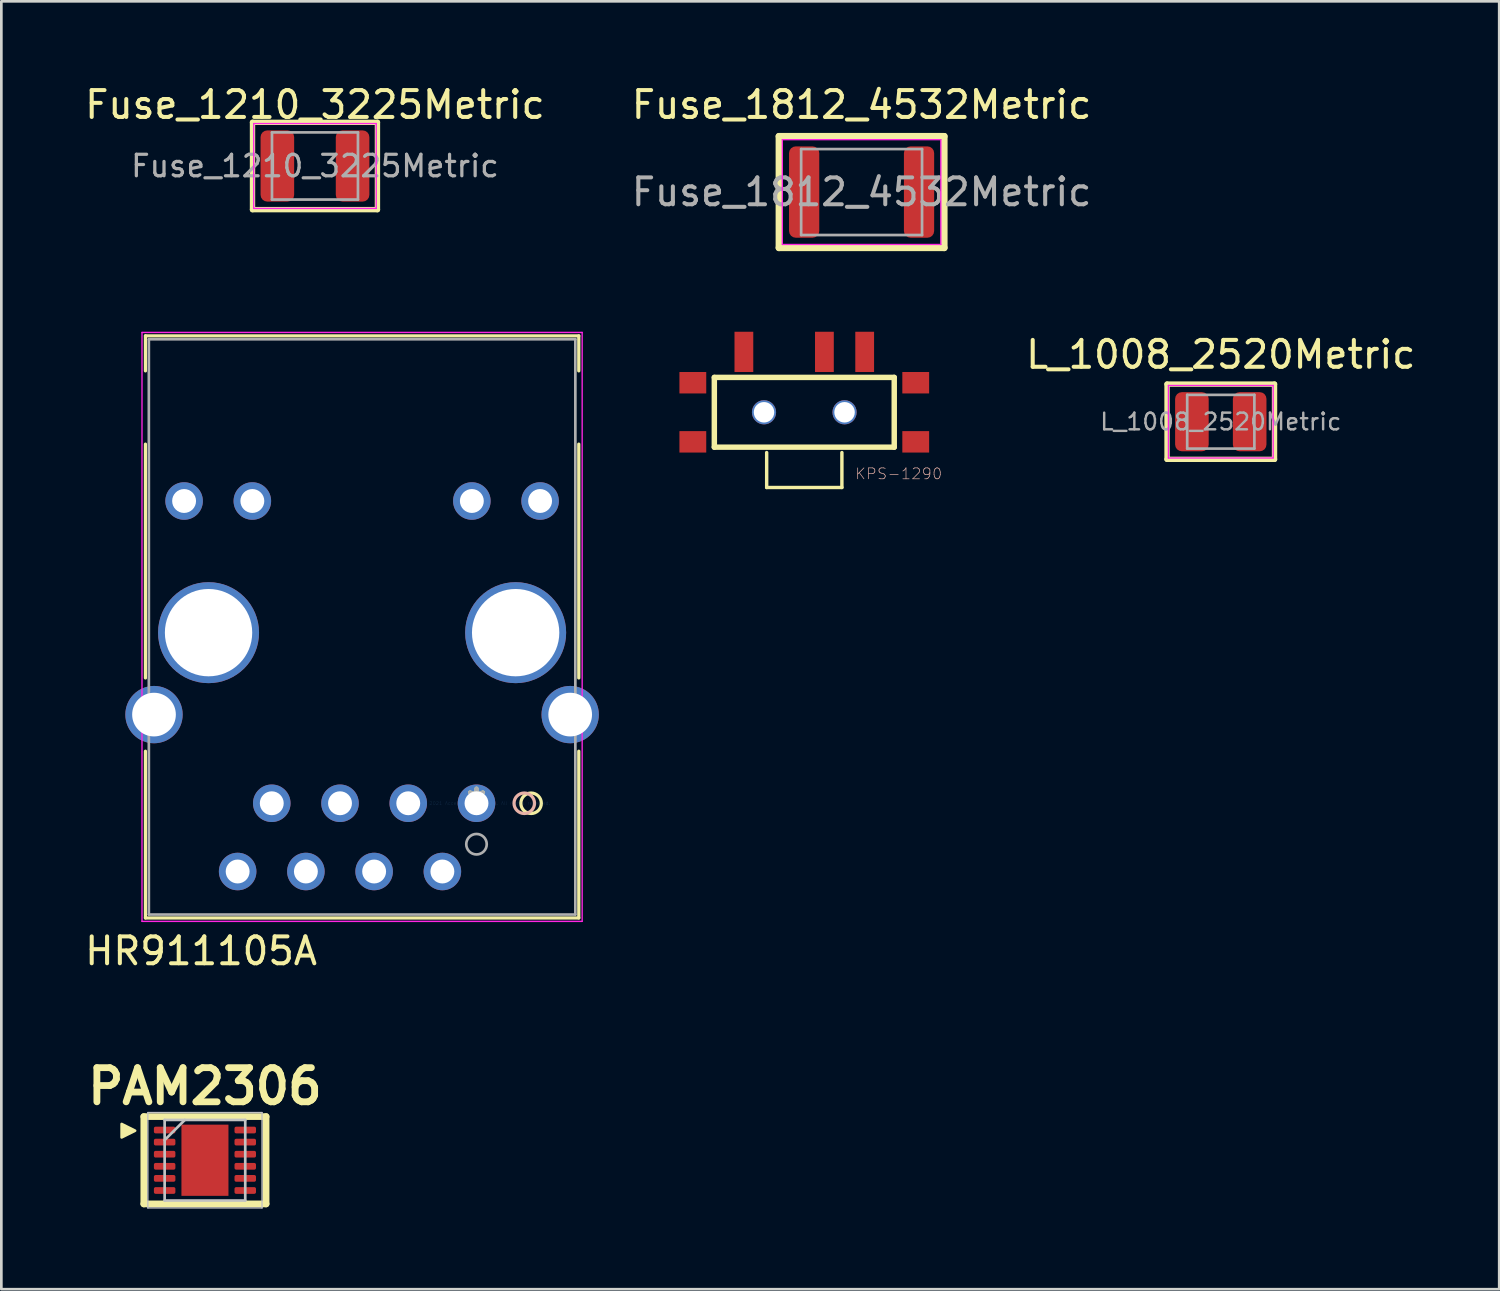
<source format=kicad_pcb>
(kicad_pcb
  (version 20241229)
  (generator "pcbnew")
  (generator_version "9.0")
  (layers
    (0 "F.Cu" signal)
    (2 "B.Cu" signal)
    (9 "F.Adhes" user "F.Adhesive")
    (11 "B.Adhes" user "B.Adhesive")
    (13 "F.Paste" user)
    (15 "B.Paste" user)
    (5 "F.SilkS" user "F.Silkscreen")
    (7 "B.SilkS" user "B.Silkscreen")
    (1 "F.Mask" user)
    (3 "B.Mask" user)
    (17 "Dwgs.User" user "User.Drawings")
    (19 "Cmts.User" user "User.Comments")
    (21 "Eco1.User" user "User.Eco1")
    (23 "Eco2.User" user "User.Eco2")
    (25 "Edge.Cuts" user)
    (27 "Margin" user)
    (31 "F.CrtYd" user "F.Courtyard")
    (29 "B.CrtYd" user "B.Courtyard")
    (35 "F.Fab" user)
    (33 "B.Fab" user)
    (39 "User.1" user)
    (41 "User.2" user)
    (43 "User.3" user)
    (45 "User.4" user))
  (footprint "Fuse_1210_3225Metric"
    (layer "F.Cu")
    (at 8.673 3.128)
    (property "Reference" "Fuse_1210_3225Metric" (at 0 -2.28 0) (layer "F.SilkS") (effects (font (size 1 1) (thickness 0.15))))
    (attr smd)
    (fp_line (start -2.325 -1.625) (end 2.325 -1.625) (stroke (width 0.2) (type solid)) (layer "F.SilkS"))
    (fp_line (start -2.325 1.625) (end -2.325 -1.625) (stroke (width 0.2) (type solid)) (layer "F.SilkS"))
    (fp_line (start 2.325 -1.625) (end 2.325 1.625) (stroke (width 0.2) (type solid)) (layer "F.SilkS"))
    (fp_line (start 2.325 1.625) (end -2.325 1.625) (stroke (width 0.2) (type solid)) (layer "F.SilkS"))
    (fp_line (start -2.28 -1.58) (end 2.28 -1.58) (stroke (width 0.05) (type solid)) (layer "F.CrtYd"))
    (fp_line (start -2.28 1.58) (end -2.28 -1.58) (stroke (width 0.05) (type solid)) (layer "F.CrtYd"))
    (fp_line (start 2.28 -1.58) (end 2.28 1.58) (stroke (width 0.05) (type solid)) (layer "F.CrtYd"))
    (fp_line (start 2.28 1.58) (end -2.28 1.58) (stroke (width 0.05) (type solid)) (layer "F.CrtYd"))
    (fp_line (start -1.6 -1.25) (end 1.6 -1.25) (stroke (width 0.1) (type solid)) (layer "F.Fab"))
    (fp_line (start -1.6 1.25) (end -1.6 -1.25) (stroke (width 0.1) (type solid)) (layer "F.Fab"))
    (fp_line (start 1.6 -1.25) (end 1.6 1.25) (stroke (width 0.1) (type solid)) (layer "F.Fab"))
    (fp_line (start 1.6 1.25) (end -1.6 1.25) (stroke (width 0.1) (type solid)) (layer "F.Fab"))
    (fp_text user "${REFERENCE}" (at 0 0 0) (layer "F.Fab") (effects (font (size 0.8 0.8) (thickness 0.12))))
    (pad "1" smd roundrect (at -1.4 0) (size 1.25 2.65) (layers "F.Cu" "F.Mask" "F.Paste") (roundrect_rratio 0.2))
    (pad "2" smd roundrect (at 1.4 0) (size 1.25 2.65) (layers "F.Cu" "F.Mask" "F.Paste") (roundrect_rratio 0.2)))
  (footprint "Fuse_1812_4532Metric"
    (layer "F.Cu")
    (at 29.018 4.098)
    (property "Reference" "Fuse_1812_4532Metric" (at 0 -3.25 0) (layer "F.SilkS") (effects (font (size 1 1) (thickness 0.15))))
    (attr smd)
    (fp_line (start -3.075 -2.075) (end 3.075 -2.075) (stroke (width 0.25) (type solid)) (layer "F.SilkS"))
    (fp_line (start -3.075 2.075) (end -3.075 -2.075) (stroke (width 0.25) (type solid)) (layer "F.SilkS"))
    (fp_line (start -3.075 2.075) (end 3.075 2.075) (stroke (width 0.25) (type solid)) (layer "F.SilkS"))
    (fp_line (start 3.075 2.075) (end 3.075 -2.075) (stroke (width 0.25) (type solid)) (layer "F.SilkS"))
    (fp_line (start -2.95 -1.95) (end 2.95 -1.95) (stroke (width 0.05) (type solid)) (layer "F.CrtYd"))
    (fp_line (start -2.95 1.95) (end -2.95 -1.95) (stroke (width 0.05) (type solid)) (layer "F.CrtYd"))
    (fp_line (start 2.95 -1.95) (end 2.95 1.95) (stroke (width 0.05) (type solid)) (layer "F.CrtYd"))
    (fp_line (start 2.95 1.95) (end -2.95 1.95) (stroke (width 0.05) (type solid)) (layer "F.CrtYd"))
    (fp_line (start -2.25 -1.6) (end 2.25 -1.6) (stroke (width 0.1) (type solid)) (layer "F.Fab"))
    (fp_line (start -2.25 1.6) (end -2.25 -1.6) (stroke (width 0.1) (type solid)) (layer "F.Fab"))
    (fp_line (start 2.25 -1.6) (end 2.25 1.6) (stroke (width 0.1) (type solid)) (layer "F.Fab"))
    (fp_line (start 2.25 1.6) (end -2.25 1.6) (stroke (width 0.1) (type solid)) (layer "F.Fab"))
    (fp_text user "${REFERENCE}" (at 0 0 0) (layer "F.Fab") (effects (font (size 1 1) (thickness 0.15))))
    (pad "1" smd roundrect (at -2.138 0) (size 1.125 3.4) (layers "F.Cu" "F.Mask" "F.Paste") (roundrect_rratio 0.222))
    (pad "2" smd roundrect (at 2.138 0) (size 1.125 3.4) (layers "F.Cu" "F.Mask" "F.Paste") (roundrect_rratio 0.222)))
  (footprint "PAM2306"
    (layer "F.Cu")
    (at 4.578 40.134)
    (property "Reference" "PAM2306" (at 0 -2.75 0) (layer "F.SilkS") (effects (font (size 1.27 1.27) (thickness 0.254))))
    (attr smd)
    (fp_line (start -2.275 -1.625) (end 2.275 -1.625) (stroke (width 0.25) (type solid)) (layer "F.SilkS"))
    (fp_line (start -2.275 1.625) (end -2.275 -1.625) (stroke (width 0.25) (type solid)) (layer "F.SilkS"))
    (fp_line (start 2.275 1.625) (end -2.275 1.625) (stroke (width 0.25) (type solid)) (layer "F.SilkS"))
    (fp_line (start 2.275 1.625) (end 2.275 -1.625) (stroke (width 0.25) (type solid)) (layer "F.SilkS"))
    (fp_poly (pts (xy -2.6 -1.1) (xy -3.1 -0.85) (xy -3.1 -1.35)) (stroke (width 0.1) (type solid)) (fill yes) (layer "F.SilkS"))
    (fp_line (start -2.125 -1.775) (end 2.125 -1.775) (stroke (width 0.05) (type solid)) (layer "Dwgs.User"))
    (fp_line (start -2.125 1.775) (end -2.125 -1.775) (stroke (width 0.05) (type solid)) (layer "Dwgs.User"))
    (fp_line (start -1.5 -1.5) (end 1.5 -1.5) (stroke (width 0.1) (type solid)) (layer "Dwgs.User"))
    (fp_line (start -1.5 -0.75) (end -0.75 -1.5) (stroke (width 0.1) (type solid)) (layer "Dwgs.User"))
    (fp_line (start -1.5 1.5) (end -1.5 -1.5) (stroke (width 0.1) (type solid)) (layer "Dwgs.User"))
    (fp_line (start 1.5 -1.5) (end 1.5 1.5) (stroke (width 0.1) (type solid)) (layer "Dwgs.User"))
    (fp_line (start 1.5 1.5) (end -1.5 1.5) (stroke (width 0.1) (type solid)) (layer "Dwgs.User"))
    (fp_line (start 2.125 -1.775) (end 2.125 1.775) (stroke (width 0.05) (type solid)) (layer "Dwgs.User"))
    (fp_line (start 2.125 1.775) (end -2.125 1.775) (stroke (width 0.05) (type solid)) (layer "Dwgs.User"))
    (pad "1" smd roundrect (at -1.5 -1.125 90) (size 0.25 0.8) (layers "F.Cu" "F.Mask" "F.Paste") (roundrect_rratio 0.25))
    (pad "2" smd roundrect (at -1.5 -0.675 90) (size 0.25 0.8) (layers "F.Cu" "F.Mask" "F.Paste") (roundrect_rratio 0.25))
    (pad "3" smd roundrect (at -1.5 -0.225 90) (size 0.25 0.8) (layers "F.Cu" "F.Mask" "F.Paste") (roundrect_rratio 0.25))
    (pad "4" smd roundrect (at -1.5 0.225 90) (size 0.25 0.8) (layers "F.Cu" "F.Mask" "F.Paste") (roundrect_rratio 0.25))
    (pad "5" smd roundrect (at -1.5 0.675 90) (size 0.25 0.8) (layers "F.Cu" "F.Mask" "F.Paste") (roundrect_rratio 0.25))
    (pad "6" smd roundrect (at -1.5 1.125 90) (size 0.25 0.8) (layers "F.Cu" "F.Mask" "F.Paste") (roundrect_rratio 0.25))
    (pad "7" smd roundrect (at 1.5 1.125 90) (size 0.25 0.8) (layers "F.Cu" "F.Mask" "F.Paste") (roundrect_rratio 0.25))
    (pad "8" smd roundrect (at 1.5 0.675 90) (size 0.25 0.8) (layers "F.Cu" "F.Mask" "F.Paste") (roundrect_rratio 0.25))
    (pad "9" smd roundrect (at 1.5 0.225 90) (size 0.25 0.8) (layers "F.Cu" "F.Mask" "F.Paste") (roundrect_rratio 0.25))
    (pad "10" smd roundrect (at 1.5 -0.225 90) (size 0.25 0.8) (layers "F.Cu" "F.Mask" "F.Paste") (roundrect_rratio 0.25))
    (pad "11" smd roundrect (at 1.5 -0.675 90) (size 0.25 0.8) (layers "F.Cu" "F.Mask" "F.Paste") (roundrect_rratio 0.25))
    (pad "12" smd roundrect (at 1.5 -1.125 90) (size 0.25 0.8) (layers "F.Cu" "F.Mask" "F.Paste") (roundrect_rratio 0.25))
    (pad "13" smd rect (at 0 0) (size 1.75 2.65) (layers "F.Cu" "F.Mask" "F.Paste")))
  (footprint "HR911105A"
    (layer "F.Cu")
    (at 14.685 26.847)
    (property "Reference" "HR911105A" (at -10.25 5.5 0) (layer "F.SilkS") (effects (font (size 1 1) (thickness 0.15))))
    (attr through_hole)
    (fp_line (start -12.322 -17.397) (end -12.322 -16.093) (stroke (width 0.12) (type solid)) (layer "F.SilkS"))
    (fp_line (start -12.322 -13.367) (end -12.322 -4.663) (stroke (width 0.12) (type solid)) (layer "F.SilkS"))
    (fp_line (start -12.322 -1.937) (end -12.322 4.269) (stroke (width 0.12) (type solid)) (layer "F.SilkS"))
    (fp_line (start -12.322 4.269) (end 3.807 4.269) (stroke (width 0.12) (type solid)) (layer "F.SilkS"))
    (fp_line (start 3.807 -17.397) (end -12.322 -17.397) (stroke (width 0.12) (type solid)) (layer "F.SilkS"))
    (fp_line (start 3.807 -16.093) (end 3.807 -17.397) (stroke (width 0.12) (type solid)) (layer "F.SilkS"))
    (fp_line (start 3.807 -4.663) (end 3.807 -13.367) (stroke (width 0.12) (type solid)) (layer "F.SilkS"))
    (fp_line (start 3.807 4.269) (end 3.807 -1.937) (stroke (width 0.12) (type solid)) (layer "F.SilkS"))
    (fp_circle (center 2.032 0) (end 2.413 0) (stroke (width 0.12) (type solid)) (fill no) (layer "F.SilkS"))
    (fp_circle (center 1.778 0) (end 2.159 0) (stroke (width 0.12) (type solid)) (fill no) (layer "B.SilkS"))
    (fp_line (start -12.45 -17.524) (end -12.45 4.396) (stroke (width 0.05) (type solid)) (layer "F.CrtYd"))
    (fp_line (start -12.45 4.396) (end 3.933 4.396) (stroke (width 0.05) (type solid)) (layer "F.CrtYd"))
    (fp_line (start 3.933 -17.524) (end -12.45 -17.524) (stroke (width 0.05) (type solid)) (layer "F.CrtYd"))
    (fp_line (start 3.933 4.396) (end 3.933 -17.524) (stroke (width 0.05) (type solid)) (layer "F.CrtYd"))
    (fp_line (start -12.195 -17.27) (end -12.195 4.142) (stroke (width 0.1) (type solid)) (layer "F.Fab"))
    (fp_line (start -12.195 4.142) (end 3.679 4.142) (stroke (width 0.1) (type solid)) (layer "F.Fab"))
    (fp_line (start 3.679 -17.27) (end -12.195 -17.27) (stroke (width 0.1) (type solid)) (layer "F.Fab"))
    (fp_line (start 3.679 4.142) (end 3.679 -17.27) (stroke (width 0.1) (type solid)) (layer "F.Fab"))
    (fp_circle (center 0 1.524) (end 0.381 1.524) (stroke (width 0.1) (type solid)) (fill no) (layer "F.Fab"))
    (fp_text user "*" (at 0 0 0) (layer "F.SilkS") (effects (font (size 1 1) (thickness 0.15))))
    (fp_text user "Copyright 2021 Accelerated Designs. All rights reserved." (at 0 0 0) (layer "Cmts.User") (effects (font (size 0.127 0.127) (thickness 0.002))))
    (fp_text user "*" (at 0 0 0) (layer "F.Fab") (effects (font (size 1 1) (thickness 0.15))))
    (pad "1" thru_hole circle (at 0 0) (size 1.397 1.397) (drill 0.889) (layers "*.Cu" "*.Mask"))
    (pad "2" thru_hole circle (at -1.27 2.54) (size 1.397 1.397) (drill 0.889) (layers "*.Cu" "*.Mask"))
    (pad "3" thru_hole circle (at -2.54 0) (size 1.397 1.397) (drill 0.889) (layers "*.Cu" "*.Mask"))
    (pad "4" thru_hole circle (at -3.81 2.54) (size 1.397 1.397) (drill 0.889) (layers "*.Cu" "*.Mask"))
    (pad "5" thru_hole circle (at -5.08 0) (size 1.397 1.397) (drill 0.889) (layers "*.Cu" "*.Mask"))
    (pad "6" thru_hole circle (at -6.35 2.54) (size 1.397 1.397) (drill 0.889) (layers "*.Cu" "*.Mask"))
    (pad "7" thru_hole circle (at -7.62 0) (size 1.397 1.397) (drill 0.889) (layers "*.Cu" "*.Mask"))
    (pad "8" thru_hole circle (at -8.89 2.54) (size 1.397 1.397) (drill 0.889) (layers "*.Cu" "*.Mask"))
    (pad "9" thru_hole circle (at 2.367 -11.25) (size 1.397 1.397) (drill 0.889) (layers "*.Cu" "*.Mask"))
    (pad "10" thru_hole circle (at -0.173 -11.25) (size 1.397 1.397) (drill 0.889) (layers "*.Cu" "*.Mask"))
    (pad "11" thru_hole circle (at -8.343 -11.25) (size 1.397 1.397) (drill 0.889) (layers "*.Cu" "*.Mask"))
    (pad "12" thru_hole circle (at -10.883 -11.25) (size 1.397 1.397) (drill 0.889) (layers "*.Cu" "*.Mask"))
    (pad "13" thru_hole circle (at 3.487 -3.3) (size 2.134 2.134) (drill 1.626) (layers "*.Cu" "*.Mask"))
    (pad "14" thru_hole circle (at 1.457 -6.35) (size 3.759 3.759) (drill 3.251) (layers "*.Cu" "*.Mask"))
    (pad "15" thru_hole circle (at -9.973 -6.35) (size 3.759 3.759) (drill 3.251) (layers "*.Cu" "*.Mask"))
    (pad "16" thru_hole circle (at -12.003 -3.3) (size 2.134 2.134) (drill 1.626) (layers "*.Cu" "*.Mask")))
  (footprint "KPS-1290"
    (layer "F.Cu")
    (at 26.885 12.295)
    (property "Reference" "KPS-1290" (at 3.515 2.289 180) (layer "B.SilkS") (effects (font (size 0.406 0.406) (thickness 0.025))))
    (attr smd)
    (fp_line (start -3.348 -1.298) (end -3.348 1.298) (stroke (width 0.203) (type solid)) (layer "F.SilkS"))
    (fp_line (start -3.348 1.298) (end 3.348 1.298) (stroke (width 0.203) (type solid)) (layer "F.SilkS"))
    (fp_line (start -1.4 2.799) (end -1.4 1.499) (stroke (width 0.127) (type solid)) (layer "F.SilkS"))
    (fp_line (start 1.4 1.499) (end 1.4 2.799) (stroke (width 0.127) (type solid)) (layer "F.SilkS"))
    (fp_line (start 1.4 2.799) (end -1.4 2.799) (stroke (width 0.127) (type solid)) (layer "F.SilkS"))
    (fp_line (start 3.348 -1.298) (end -3.348 -1.298) (stroke (width 0.203) (type solid)) (layer "F.SilkS"))
    (fp_line (start 3.348 1.298) (end 3.348 -1.298) (stroke (width 0.203) (type solid)) (layer "F.SilkS"))
    (pad "5" thru_hole circle (at -1.499 0) (size 0.9 0.9) (drill 0.762) (layers "*.Cu" "*.Mask"))
    (pad "5" thru_hole circle (at 1.499 0) (size 0.9 0.9) (drill 0.762) (layers "*.Cu" "*.Mask"))
    (pad "O" smd rect (at -2.248 -2.248) (size 0.699 1.499) (layers "F.Cu" "F.Mask" "F.Paste"))
    (pad "P" smd rect (at 0.749 -2.248) (size 0.699 1.499) (layers "F.Cu" "F.Mask" "F.Paste"))
    (pad "P$1" smd rect (at -4.148 -1.1) (size 0.998 0.798) (layers "F.Cu" "F.Mask" "F.Paste"))
    (pad "P$2" smd rect (at -4.148 1.1) (size 0.998 0.798) (layers "F.Cu" "F.Mask" "F.Paste"))
    (pad "P$3" smd rect (at 4.148 1.1) (size 0.998 0.798) (layers "F.Cu" "F.Mask" "F.Paste"))
    (pad "P$4" smd rect (at 4.148 -1.1) (size 0.998 0.798) (layers "F.Cu" "F.Mask" "F.Paste"))
    (pad "S" smd rect (at 2.248 -2.248) (size 0.699 1.499) (layers "F.Cu" "F.Mask" "F.Paste")))
  (footprint "L_1008_2520Metric"
    (layer "F.Cu")
    (at 42.387 12.646)
    (property "Reference" "L_1008_2520Metric" (at 0 -2.5 0) (layer "F.SilkS") (effects (font (size 1 1) (thickness 0.15))))
    (attr smd)
    (fp_line (start -2 -1.4) (end 2 -1.4) (stroke (width 0.2) (type solid)) (layer "F.SilkS"))
    (fp_line (start -2 1.4) (end -2 -1.4) (stroke (width 0.2) (type solid)) (layer "F.SilkS"))
    (fp_line (start 2 -1.4) (end 2 1.4) (stroke (width 0.2) (type solid)) (layer "F.SilkS"))
    (fp_line (start 2 1.4) (end -2 1.4) (stroke (width 0.2) (type solid)) (layer "F.SilkS"))
    (fp_line (start -1.95 -1.35) (end 1.95 -1.35) (stroke (width 0.05) (type solid)) (layer "F.CrtYd"))
    (fp_line (start -1.95 1.35) (end -1.95 -1.35) (stroke (width 0.05) (type solid)) (layer "F.CrtYd"))
    (fp_line (start 1.95 -1.35) (end 1.95 1.35) (stroke (width 0.05) (type solid)) (layer "F.CrtYd"))
    (fp_line (start 1.95 1.35) (end -1.95 1.35) (stroke (width 0.05) (type solid)) (layer "F.CrtYd"))
    (fp_line (start -1.25 -1) (end 1.25 -1) (stroke (width 0.1) (type solid)) (layer "F.Fab"))
    (fp_line (start -1.25 1) (end -1.25 -1) (stroke (width 0.1) (type solid)) (layer "F.Fab"))
    (fp_line (start 1.25 -1) (end 1.25 1) (stroke (width 0.1) (type solid)) (layer "F.Fab"))
    (fp_line (start 1.25 1) (end -1.25 1) (stroke (width 0.1) (type solid)) (layer "F.Fab"))
    (fp_text user "${REFERENCE}" (at 0 0 0) (layer "F.Fab") (effects (font (size 0.62 0.62) (thickness 0.09))))
    (pad "1" smd roundrect (at -1.075 0) (size 1.25 2.2) (layers "F.Cu" "F.Mask" "F.Paste") (roundrect_rratio 0.2))
    (pad "2" smd roundrect (at 1.075 0) (size 1.25 2.2) (layers "F.Cu" "F.Mask" "F.Paste") (roundrect_rratio 0.2)))
  (gr_rect
    (start -3 -3)
    (end 52.75 44.934)
    (stroke (width 0.1) (type default))
    (fill no)
    (layer "Edge.Cuts")))
</source>
